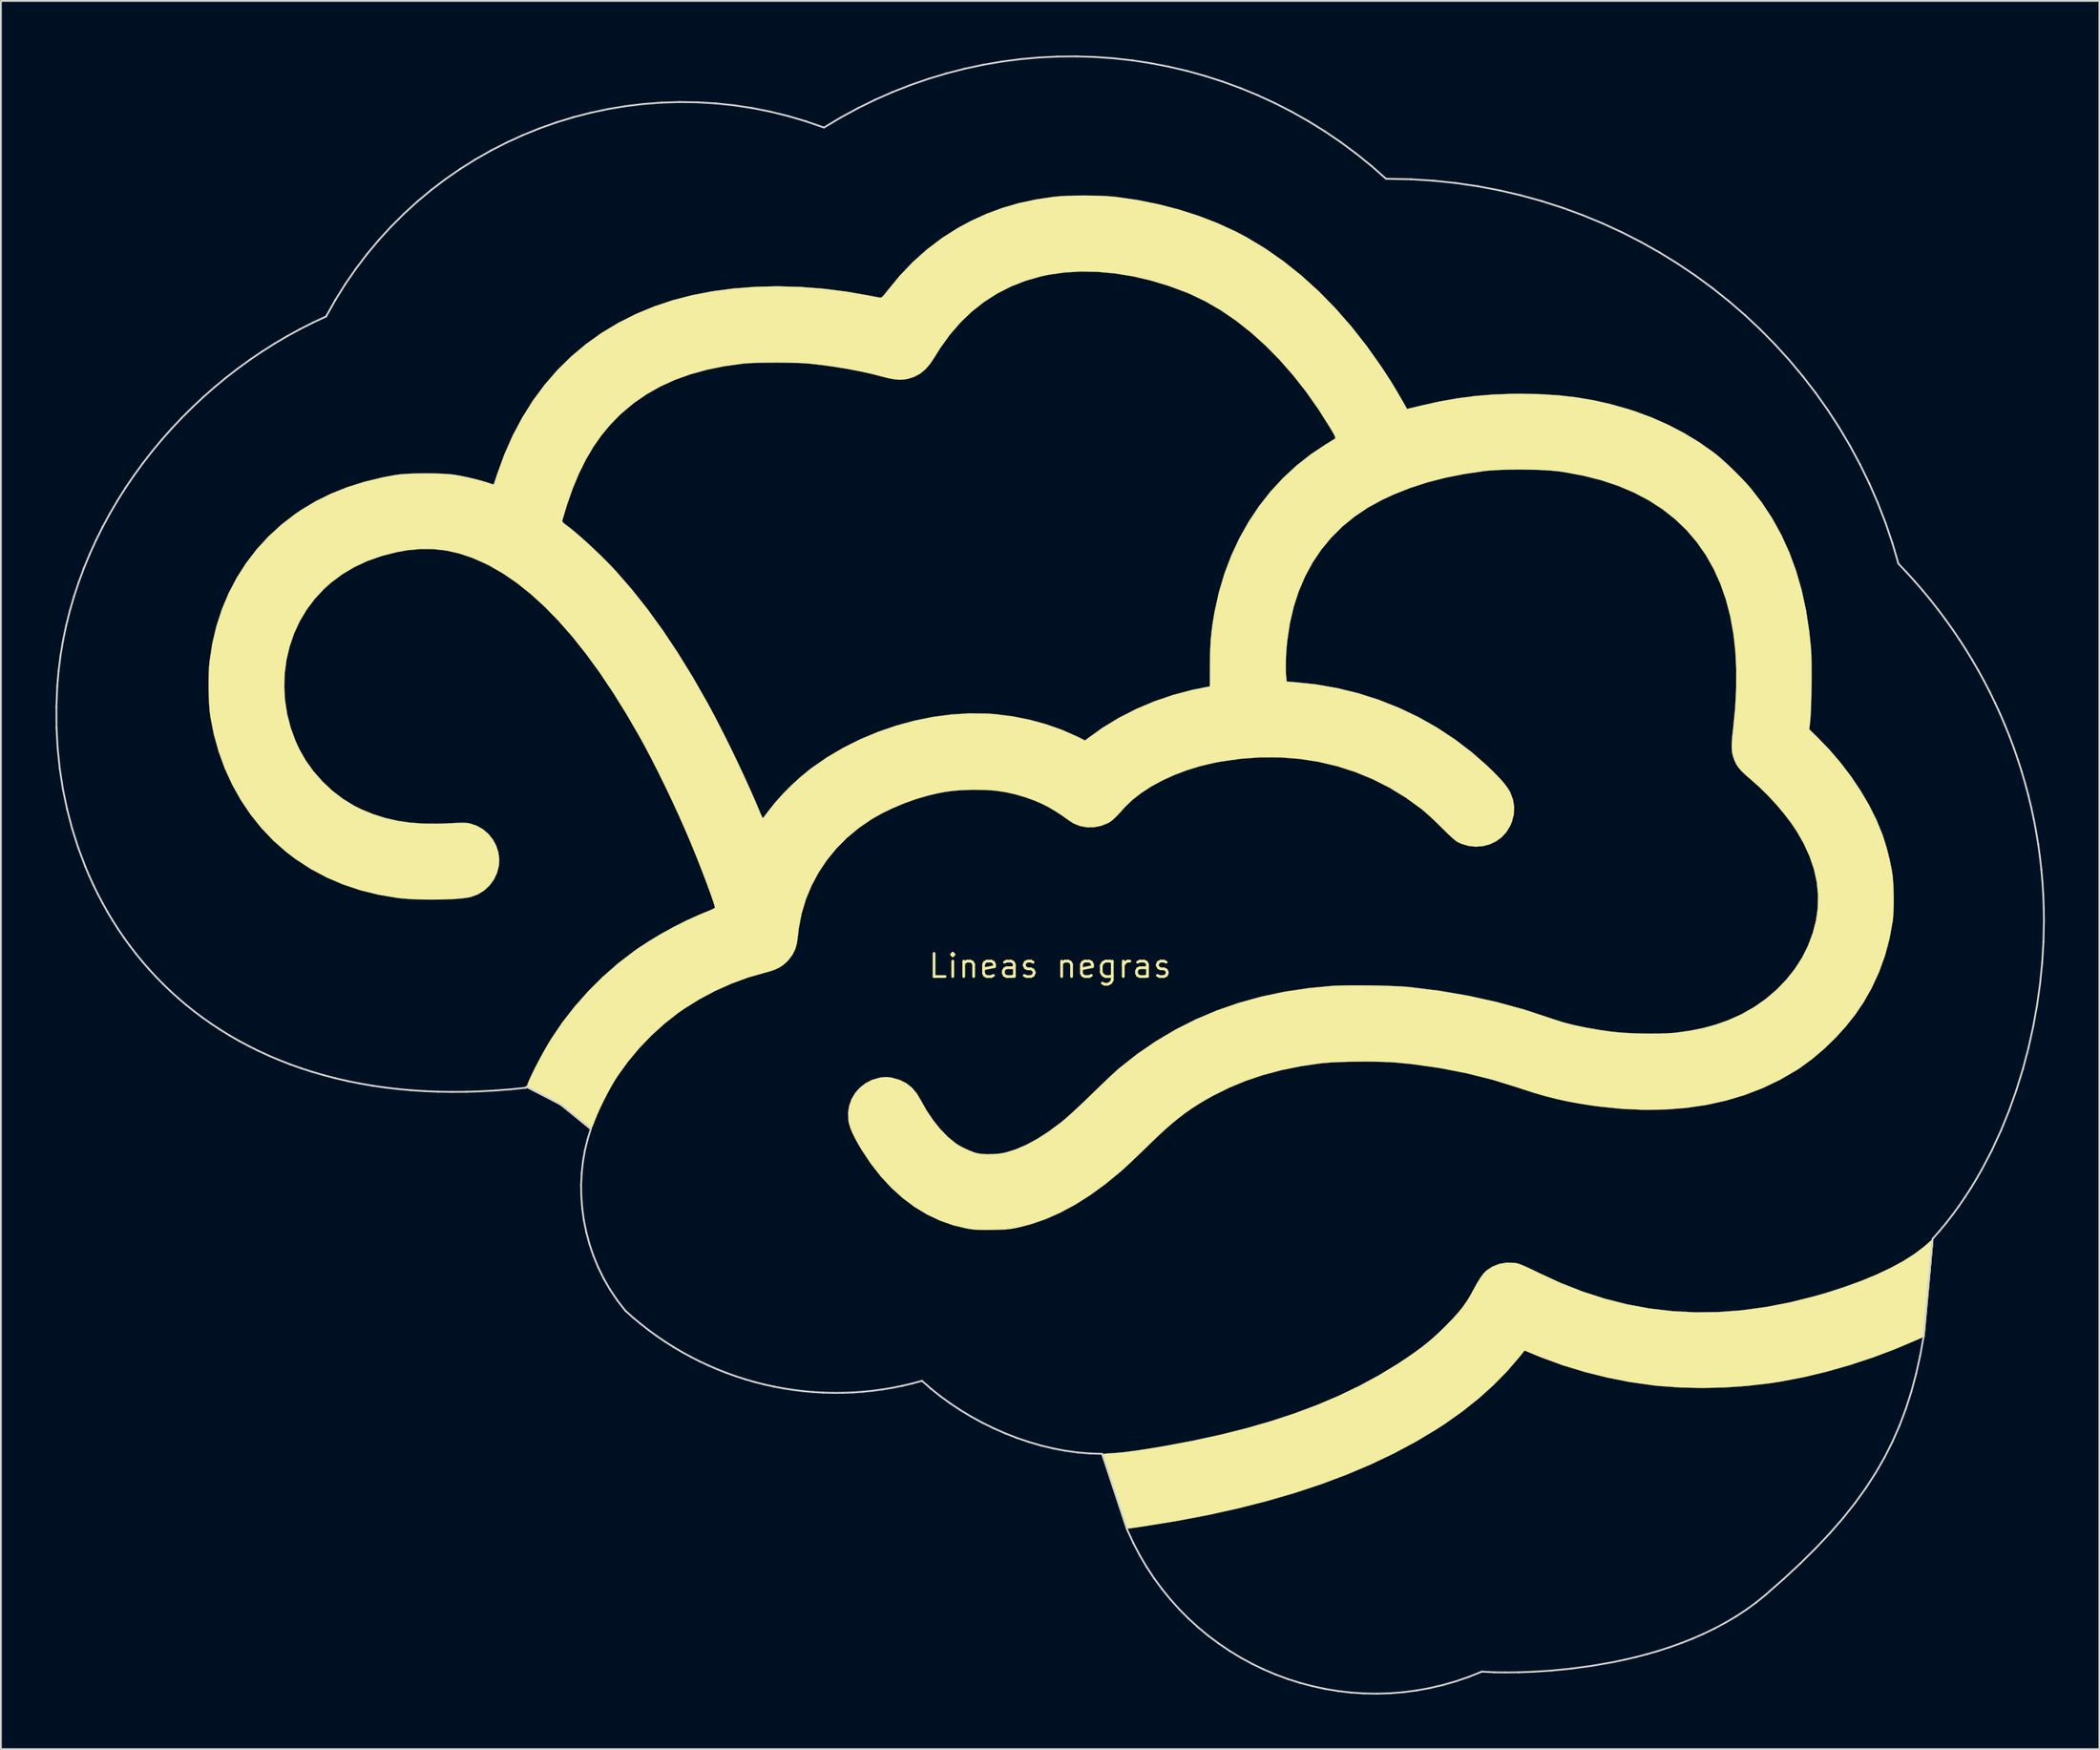
<source format=kicad_pcb>
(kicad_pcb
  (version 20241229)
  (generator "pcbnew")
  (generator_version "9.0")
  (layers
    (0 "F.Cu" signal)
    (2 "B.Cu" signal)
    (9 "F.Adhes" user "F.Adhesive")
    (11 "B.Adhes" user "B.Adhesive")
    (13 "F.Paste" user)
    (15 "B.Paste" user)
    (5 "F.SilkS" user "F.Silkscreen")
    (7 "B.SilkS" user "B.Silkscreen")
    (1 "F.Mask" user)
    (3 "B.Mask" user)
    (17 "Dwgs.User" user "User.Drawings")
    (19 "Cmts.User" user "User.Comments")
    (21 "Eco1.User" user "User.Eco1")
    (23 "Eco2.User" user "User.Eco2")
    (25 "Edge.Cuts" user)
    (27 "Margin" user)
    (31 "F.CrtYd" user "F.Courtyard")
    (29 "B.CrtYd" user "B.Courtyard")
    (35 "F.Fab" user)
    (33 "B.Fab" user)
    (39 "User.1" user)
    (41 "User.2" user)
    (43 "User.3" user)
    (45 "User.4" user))
  (footprint "Lineas negras"
    (layer "F.Cu")
    (at 54.678 50.049)
    (property "Reference" "Lineas negras" (at 0 0 0) (layer "F.SilkS") (effects (font (size 1.27 1.27) (thickness 0.15))))
    (attr through_hole)
    (fp_poly (pts (xy 48.545 15.003) (xy 48.544 15.047) (xy 48.536 15.167) (xy 48.521 15.358) (xy 48.5 15.612) (xy 48.473 15.921) (xy 48.442 16.28) (xy 48.407 16.679) (xy 48.368 17.113) (xy 48.326 17.574) (xy 48.315 17.69) (xy 48.07 20.361) (xy 47.604 20.571) (xy 46.414 21.075) (xy 45.186 21.535) (xy 43.936 21.946) (xy 42.678 22.303) (xy 41.429 22.602) (xy 40.203 22.839) (xy 39.529 22.942) (xy 38.322 23.081) (xy 37.098 23.166) (xy 35.876 23.195) (xy 34.673 23.17) (xy 33.509 23.089) (xy 33.126 23.048) (xy 31.875 22.871) (xy 30.621 22.624) (xy 29.38 22.314) (xy 28.169 21.944) (xy 27.005 21.519) (xy 26.679 21.386) (xy 26.082 21.137) (xy 25.777 21.519) (xy 25.112 22.291) (xy 24.37 23.045) (xy 23.557 23.775) (xy 22.678 24.476) (xy 21.74 25.143) (xy 21.252 25.461) (xy 20.104 26.149) (xy 18.896 26.795) (xy 17.627 27.4) (xy 16.295 27.963) (xy 14.898 28.487) (xy 13.435 28.971) (xy 11.904 29.416) (xy 10.304 29.822) (xy 8.633 30.191) (xy 6.89 30.521) (xy 5.072 30.814) (xy 4.339 30.919) (xy 4.211 30.937) (xy 3.543 28.899) (xy 3.413 28.501) (xy 3.291 28.129) (xy 3.18 27.788) (xy 3.083 27.488) (xy 3.002 27.235) (xy 2.938 27.037) (xy 2.896 26.903) (xy 2.877 26.839) (xy 2.877 26.835) (xy 2.917 26.824) (xy 3.026 26.81) (xy 3.189 26.796) (xy 3.388 26.783) (xy 3.427 26.781) (xy 3.751 26.757) (xy 4.13 26.718) (xy 4.569 26.662) (xy 5.074 26.588) (xy 5.651 26.496) (xy 6.244 26.396) (xy 7.83 26.1) (xy 9.34 25.772) (xy 10.778 25.412) (xy 12.146 25.018) (xy 13.449 24.589) (xy 14.69 24.124) (xy 15.872 23.621) (xy 16.998 23.08) (xy 18.072 22.498) (xy 19.098 21.876) (xy 19.579 21.558) (xy 20.014 21.257) (xy 20.394 20.979) (xy 20.738 20.709) (xy 21.065 20.43) (xy 21.395 20.127) (xy 21.748 19.783) (xy 21.76 19.77) (xy 22.113 19.407) (xy 22.41 19.08) (xy 22.661 18.772) (xy 22.878 18.47) (xy 23.073 18.158) (xy 23.245 17.843) (xy 23.462 17.447) (xy 23.659 17.13) (xy 23.836 16.892) (xy 23.99 16.737) (xy 24.329 16.518) (xy 24.702 16.374) (xy 25.101 16.307) (xy 25.518 16.319) (xy 25.659 16.341) (xy 25.781 16.377) (xy 25.97 16.451) (xy 26.218 16.56) (xy 26.52 16.701) (xy 26.86 16.867) (xy 28.065 17.423) (xy 29.275 17.897) (xy 30.492 18.289) (xy 31.717 18.599) (xy 32.953 18.828) (xy 34.201 18.974) (xy 35.463 19.039) (xy 36.741 19.023) (xy 38.037 18.926) (xy 39.351 18.747) (xy 40.687 18.487) (xy 42.046 18.146) (xy 42.672 17.965) (xy 43.668 17.645) (xy 44.59 17.31) (xy 45.436 16.96) (xy 46.205 16.597) (xy 46.896 16.222) (xy 47.506 15.834) (xy 48.035 15.435) (xy 48.3 15.202) (xy 48.412 15.101) (xy 48.498 15.03) (xy 48.543 15.002) (xy 48.545 15.003)) (stroke (width 0.01) (type solid)) (fill yes) (layer "F.SilkS"))
    (fp_poly (pts (xy 2.367 -42.346) (xy 2.832 -42.332) (xy 3.258 -42.308) (xy 3.619 -42.275) (xy 4.788 -42.107) (xy 5.941 -41.876) (xy 7.066 -41.585) (xy 8.156 -41.236) (xy 9.201 -40.834) (xy 10.19 -40.38) (xy 10.816 -40.05) (xy 11.845 -39.428) (xy 12.846 -38.727) (xy 13.82 -37.948) (xy 14.765 -37.091) (xy 15.679 -36.159) (xy 16.562 -35.151) (xy 17.413 -34.069) (xy 18.229 -32.915) (xy 18.739 -32.131) (xy 18.815 -32.007) (xy 18.917 -31.837) (xy 19.035 -31.637) (xy 19.162 -31.421) (xy 19.289 -31.204) (xy 19.406 -31.001) (xy 19.506 -30.826) (xy 19.579 -30.695) (xy 19.618 -30.621) (xy 19.618 -30.621) (xy 19.658 -30.629) (xy 19.768 -30.653) (xy 19.933 -30.692) (xy 20.142 -30.742) (xy 20.369 -30.797) (xy 21.385 -31.024) (xy 22.367 -31.2) (xy 23.339 -31.328) (xy 24.326 -31.41) (xy 25.352 -31.449) (xy 25.868 -31.454) (xy 26.946 -31.432) (xy 27.965 -31.367) (xy 28.94 -31.255) (xy 29.888 -31.094) (xy 30.823 -30.882) (xy 31.76 -30.617) (xy 32.173 -30.484) (xy 33.084 -30.146) (xy 33.979 -29.748) (xy 34.843 -29.298) (xy 35.66 -28.804) (xy 36.417 -28.273) (xy 36.661 -28.083) (xy 36.892 -27.888) (xy 37.161 -27.646) (xy 37.451 -27.372) (xy 37.746 -27.083) (xy 38.029 -26.795) (xy 38.282 -26.525) (xy 38.49 -26.289) (xy 38.491 -26.289) (xy 39.127 -25.471) (xy 39.696 -24.607) (xy 40.199 -23.696) (xy 40.636 -22.735) (xy 41.007 -21.725) (xy 41.314 -20.663) (xy 41.556 -19.549) (xy 41.734 -18.38) (xy 41.829 -17.429) (xy 41.842 -17.192) (xy 41.852 -16.888) (xy 41.858 -16.531) (xy 41.86 -16.136) (xy 41.859 -15.717) (xy 41.855 -15.29) (xy 41.847 -14.87) (xy 41.837 -14.47) (xy 41.824 -14.105) (xy 41.808 -13.791) (xy 41.79 -13.543) (xy 41.784 -13.479) (xy 41.733 -13.008) (xy 42.165 -12.59) (xy 42.832 -11.9) (xy 43.459 -11.169) (xy 44.038 -10.407) (xy 44.563 -9.624) (xy 45.028 -8.83) (xy 45.425 -8.034) (xy 45.748 -7.247) (xy 45.803 -7.091) (xy 45.981 -6.52) (xy 46.137 -5.911) (xy 46.261 -5.307) (xy 46.298 -5.08) (xy 46.329 -4.817) (xy 46.352 -4.493) (xy 46.367 -4.129) (xy 46.374 -3.747) (xy 46.372 -3.367) (xy 46.363 -3.01) (xy 46.344 -2.697) (xy 46.321 -2.477) (xy 46.145 -1.5) (xy 45.893 -0.561) (xy 45.566 0.343) (xy 45.16 1.217) (xy 44.718 1.998) (xy 44.267 2.663) (xy 43.747 3.32) (xy 43.17 3.956) (xy 42.55 4.556) (xy 41.903 5.105) (xy 41.242 5.59) (xy 41.042 5.721) (xy 40.137 6.25) (xy 39.188 6.705) (xy 38.198 7.088) (xy 37.165 7.398) (xy 36.093 7.636) (xy 34.98 7.8) (xy 33.829 7.89) (xy 32.639 7.907) (xy 31.412 7.851) (xy 30.148 7.721) (xy 29.845 7.68) (xy 29.127 7.569) (xy 28.466 7.448) (xy 27.837 7.311) (xy 27.216 7.153) (xy 26.576 6.966) (xy 25.892 6.745) (xy 25.739 6.693) (xy 24.334 6.258) (xy 22.89 5.896) (xy 21.413 5.608) (xy 19.909 5.396) (xy 19.05 5.311) (xy 18.698 5.287) (xy 18.288 5.27) (xy 17.835 5.26) (xy 17.356 5.255) (xy 16.867 5.258) (xy 16.384 5.266) (xy 15.923 5.28) (xy 15.499 5.299) (xy 15.13 5.325) (xy 14.859 5.352) (xy 13.745 5.516) (xy 12.693 5.731) (xy 11.695 5.998) (xy 10.743 6.319) (xy 9.829 6.698) (xy 8.946 7.138) (xy 8.568 7.348) (xy 8.159 7.593) (xy 7.774 7.841) (xy 7.402 8.103) (xy 7.031 8.387) (xy 6.65 8.702) (xy 6.248 9.057) (xy 5.814 9.462) (xy 5.398 9.864) (xy 5.127 10.127) (xy 4.854 10.39) (xy 4.59 10.641) (xy 4.347 10.871) (xy 4.135 11.068) (xy 3.967 11.221) (xy 3.894 11.286) (xy 3.052 11.978) (xy 2.218 12.586) (xy 1.39 13.112) (xy 0.567 13.556) (xy -0.252 13.918) (xy -1.068 14.199) (xy -1.766 14.377) (xy -1.967 14.418) (xy -2.147 14.448) (xy -2.324 14.47) (xy -2.518 14.485) (xy -2.749 14.495) (xy -3.036 14.502) (xy -3.196 14.505) (xy -3.521 14.508) (xy -3.781 14.507) (xy -3.993 14.501) (xy -4.177 14.487) (xy -4.351 14.467) (xy -4.534 14.437) (xy -4.572 14.431) (xy -5.329 14.252) (xy -6.064 13.993) (xy -6.774 13.656) (xy -7.457 13.242) (xy -8.109 12.753) (xy -8.73 12.192) (xy -9.315 11.56) (xy -9.863 10.859) (xy -10.372 10.091) (xy -10.537 9.812) (xy -10.739 9.444) (xy -10.891 9.128) (xy -10.999 8.853) (xy -11.068 8.604) (xy -11.089 8.48) (xy -11.107 8.072) (xy -11.046 7.681) (xy -10.914 7.315) (xy -10.717 6.982) (xy -10.46 6.69) (xy -10.151 6.449) (xy -9.796 6.265) (xy -9.4 6.148) (xy -9.313 6.133) (xy -9.12 6.109) (xy -8.959 6.107) (xy -8.785 6.128) (xy -8.659 6.152) (xy -8.255 6.269) (xy -7.903 6.447) (xy -7.598 6.689) (xy -7.333 7.002) (xy -7.112 7.371) (xy -6.782 7.955) (xy -6.418 8.493) (xy -6.029 8.976) (xy -5.621 9.394) (xy -5.202 9.738) (xy -5.135 9.785) (xy -4.946 9.899) (xy -4.71 10.021) (xy -4.456 10.137) (xy -4.214 10.232) (xy -4.022 10.292) (xy -3.791 10.33) (xy -3.505 10.348) (xy -3.192 10.345) (xy -2.877 10.324) (xy -2.589 10.284) (xy -2.455 10.256) (xy -1.893 10.081) (xy -1.313 9.833) (xy -0.713 9.508) (xy -0.091 9.107) (xy 0.556 8.628) (xy 0.677 8.531) (xy 0.836 8.398) (xy 1.044 8.215) (xy 1.287 7.994) (xy 1.556 7.745) (xy 1.839 7.479) (xy 2.123 7.206) (xy 2.307 7.027) (xy 2.578 6.763) (xy 2.847 6.503) (xy 3.105 6.258) (xy 3.339 6.036) (xy 3.542 5.848) (xy 3.702 5.702) (xy 3.789 5.627) (xy 4.781 4.844) (xy 5.813 4.135) (xy 6.886 3.5) (xy 8.001 2.938) (xy 9.157 2.448) (xy 10.357 2.032) (xy 11.598 1.688) (xy 12.884 1.416) (xy 14.213 1.217) (xy 15.472 1.098) (xy 15.772 1.082) (xy 16.14 1.072) (xy 16.56 1.066) (xy 17.015 1.066) (xy 17.49 1.069) (xy 17.97 1.077) (xy 18.438 1.089) (xy 18.877 1.105) (xy 19.274 1.124) (xy 19.61 1.147) (xy 19.77 1.161) (xy 21.4 1.363) (xy 22.999 1.638) (xy 24.56 1.984) (xy 26.08 2.4) (xy 27.555 2.886) (xy 27.644 2.918) (xy 28.166 3.086) (xy 28.77 3.242) (xy 29.455 3.387) (xy 30.22 3.519) (xy 30.797 3.603) (xy 31.157 3.643) (xy 31.575 3.676) (xy 32.032 3.699) (xy 32.509 3.714) (xy 32.988 3.72) (xy 33.449 3.717) (xy 33.874 3.704) (xy 34.244 3.681) (xy 34.417 3.664) (xy 35.213 3.551) (xy 35.948 3.401) (xy 36.636 3.209) (xy 37.295 2.971) (xy 37.94 2.683) (xy 38.04 2.633) (xy 38.712 2.252) (xy 39.345 1.808) (xy 39.93 1.308) (xy 40.461 0.76) (xy 40.931 0.17) (xy 41.333 -0.454) (xy 41.659 -1.101) (xy 41.923 -1.807) (xy 42.105 -2.51) (xy 42.202 -3.211) (xy 42.215 -3.911) (xy 42.145 -4.612) (xy 41.99 -5.314) (xy 41.751 -6.019) (xy 41.428 -6.727) (xy 41.055 -7.383) (xy 40.729 -7.869) (xy 40.342 -8.375) (xy 39.909 -8.887) (xy 39.444 -9.387) (xy 38.963 -9.858) (xy 38.497 -10.27) (xy 38.226 -10.504) (xy 38.015 -10.706) (xy 37.853 -10.891) (xy 37.729 -11.074) (xy 37.633 -11.269) (xy 37.553 -11.49) (xy 37.533 -11.554) (xy 37.495 -11.716) (xy 37.474 -11.901) (xy 37.469 -12.121) (xy 37.481 -12.389) (xy 37.51 -12.716) (xy 37.548 -13.051) (xy 37.659 -14.179) (xy 37.716 -15.274) (xy 37.719 -16.327) (xy 37.667 -17.33) (xy 37.568 -18.224) (xy 37.392 -19.208) (xy 37.151 -20.137) (xy 36.844 -21.013) (xy 36.474 -21.833) (xy 36.039 -22.599) (xy 35.541 -23.309) (xy 34.98 -23.964) (xy 34.355 -24.562) (xy 33.669 -25.104) (xy 32.92 -25.589) (xy 32.111 -26.016) (xy 31.24 -26.386) (xy 30.308 -26.698) (xy 29.316 -26.951) (xy 28.264 -27.145) (xy 27.972 -27.187) (xy 27.639 -27.223) (xy 27.24 -27.251) (xy 26.791 -27.272) (xy 26.311 -27.284) (xy 25.816 -27.289) (xy 25.325 -27.285) (xy 24.855 -27.273) (xy 24.424 -27.253) (xy 24.048 -27.225) (xy 23.876 -27.207) (xy 22.768 -27.044) (xy 21.725 -26.837) (xy 20.739 -26.583) (xy 19.802 -26.28) (xy 18.906 -25.926) (xy 18.26 -25.627) (xy 17.465 -25.192) (xy 16.732 -24.699) (xy 16.061 -24.15) (xy 15.453 -23.545) (xy 14.909 -22.887) (xy 14.43 -22.176) (xy 14.017 -21.413) (xy 13.67 -20.601) (xy 13.39 -19.739) (xy 13.179 -18.829) (xy 13.036 -17.873) (xy 12.997 -17.467) (xy 12.973 -17.097) (xy 12.959 -16.732) (xy 12.956 -16.389) (xy 12.962 -16.091) (xy 12.98 -15.856) (xy 12.981 -15.849) (xy 13.007 -15.632) (xy 13.414 -15.604) (xy 14.609 -15.479) (xy 15.786 -15.274) (xy 16.942 -14.991) (xy 18.073 -14.63) (xy 19.174 -14.194) (xy 20.241 -13.686) (xy 21.269 -13.106) (xy 22.254 -12.456) (xy 23.192 -11.739) (xy 24.002 -11.029) (xy 24.386 -10.659) (xy 24.703 -10.332) (xy 24.956 -10.045) (xy 25.147 -9.793) (xy 25.281 -9.573) (xy 25.296 -9.543) (xy 25.445 -9.146) (xy 25.509 -8.742) (xy 25.49 -8.336) (xy 25.386 -7.93) (xy 25.291 -7.704) (xy 25.082 -7.36) (xy 24.818 -7.074) (xy 24.507 -6.848) (xy 24.161 -6.684) (xy 23.787 -6.587) (xy 23.397 -6.558) (xy 23 -6.601) (xy 22.605 -6.719) (xy 22.42 -6.803) (xy 22.296 -6.885) (xy 22.119 -7.032) (xy 21.889 -7.244) (xy 21.607 -7.521) (xy 21.531 -7.597) (xy 21.303 -7.823) (xy 21.062 -8.053) (xy 20.825 -8.272) (xy 20.61 -8.464) (xy 20.433 -8.613) (xy 20.405 -8.635) (xy 19.547 -9.257) (xy 18.652 -9.803) (xy 17.723 -10.273) (xy 16.762 -10.667) (xy 15.772 -10.984) (xy 14.755 -11.223) (xy 13.715 -11.384) (xy 12.654 -11.466) (xy 11.574 -11.469) (xy 10.479 -11.391) (xy 9.371 -11.233) (xy 8.965 -11.155) (xy 8.228 -10.979) (xy 7.511 -10.758) (xy 6.822 -10.496) (xy 6.171 -10.199) (xy 5.565 -9.869) (xy 5.015 -9.513) (xy 4.53 -9.135) (xy 4.117 -8.738) (xy 4.057 -8.671) (xy 3.831 -8.42) (xy 3.646 -8.225) (xy 3.493 -8.078) (xy 3.359 -7.968) (xy 3.236 -7.886) (xy 3.166 -7.848) (xy 2.797 -7.703) (xy 2.413 -7.628) (xy 2.028 -7.624) (xy 1.656 -7.69) (xy 1.311 -7.825) (xy 1.099 -7.956) (xy 0.66 -8.266) (xy 0.262 -8.526) (xy -0.111 -8.743) (xy -0.479 -8.929) (xy -0.857 -9.091) (xy -1.265 -9.24) (xy -1.335 -9.264) (xy -1.894 -9.431) (xy -2.442 -9.554) (xy -2.998 -9.636) (xy -3.585 -9.679) (xy -4.224 -9.687) (xy -4.421 -9.683) (xy -4.91 -9.662) (xy -5.346 -9.627) (xy -5.761 -9.571) (xy -6.183 -9.491) (xy -6.645 -9.383) (xy -6.748 -9.357) (xy -7.368 -9.175) (xy -8.005 -8.947) (xy -8.634 -8.684) (xy -9.23 -8.397) (xy -9.769 -8.095) (xy -9.815 -8.066) (xy -10.522 -7.582) (xy -11.169 -7.042) (xy -11.755 -6.451) (xy -12.276 -5.814) (xy -12.73 -5.134) (xy -13.113 -4.417) (xy -13.424 -3.667) (xy -13.659 -2.887) (xy -13.815 -2.083) (xy -13.867 -1.63) (xy -13.921 -1.24) (xy -14.017 -0.91) (xy -14.162 -0.619) (xy -14.366 -0.349) (xy -14.475 -0.232) (xy -14.665 -0.061) (xy -14.874 0.078) (xy -15.117 0.195) (xy -15.413 0.297) (xy -15.714 0.378) (xy -16.613 0.636) (xy -17.516 0.969) (xy -18.409 1.368) (xy -19.273 1.826) (xy -20.093 2.335) (xy -20.447 2.581) (xy -21.195 3.167) (xy -21.912 3.817) (xy -22.586 4.518) (xy -23.205 5.258) (xy -23.757 6.023) (xy -23.917 6.272) (xy -24.116 6.606) (xy -24.326 6.99) (xy -24.536 7.399) (xy -24.734 7.809) (xy -24.906 8.195) (xy -25.02 8.477) (xy -25.094 8.665) (xy -25.157 8.821) (xy -25.205 8.929) (xy -25.23 8.974) (xy -25.231 8.975) (xy -25.269 8.949) (xy -25.363 8.877) (xy -25.505 8.766) (xy -25.686 8.623) (xy -25.897 8.454) (xy -26.104 8.287) (xy -26.367 8.075) (xy -26.58 7.906) (xy -26.759 7.77) (xy -26.921 7.656) (xy -27.081 7.554) (xy -27.255 7.454) (xy -27.46 7.344) (xy -27.71 7.214) (xy -27.87 7.133) (xy -28.158 6.985) (xy -28.379 6.87) (xy -28.541 6.782) (xy -28.651 6.715) (xy -28.719 6.665) (xy -28.753 6.627) (xy -28.761 6.595) (xy -28.758 6.583) (xy -28.695 6.412) (xy -28.596 6.181) (xy -28.465 5.904) (xy -28.312 5.593) (xy -28.141 5.263) (xy -27.96 4.925) (xy -27.776 4.592) (xy -27.594 4.279) (xy -27.438 4.022) (xy -26.829 3.117) (xy -26.145 2.239) (xy -25.399 1.396) (xy -24.599 0.599) (xy -23.757 -0.14) (xy -22.88 -0.812) (xy -22.675 -0.957) (xy -22.046 -1.369) (xy -21.373 -1.773) (xy -20.677 -2.156) (xy -19.981 -2.505) (xy -19.308 -2.81) (xy -18.971 -2.948) (xy -18.775 -3.027) (xy -18.61 -3.1) (xy -18.491 -3.158) (xy -18.432 -3.196) (xy -18.429 -3.2) (xy -18.436 -3.26) (xy -18.472 -3.39) (xy -18.533 -3.583) (xy -18.618 -3.829) (xy -18.722 -4.121) (xy -18.843 -4.45) (xy -18.978 -4.808) (xy -19.123 -5.188) (xy -19.276 -5.581) (xy -19.434 -5.978) (xy -19.593 -6.372) (xy -19.749 -6.752) (xy -20.071 -7.507) (xy -20.421 -8.294) (xy -20.79 -9.096) (xy -21.172 -9.897) (xy -21.557 -10.68) (xy -21.938 -11.428) (xy -22.306 -12.124) (xy -22.552 -12.573) (xy -23.289 -13.845) (xy -24.029 -15.034) (xy -24.773 -16.142) (xy -25.521 -17.167) (xy -26.271 -18.109) (xy -27.025 -18.968) (xy -27.781 -19.743) (xy -28.54 -20.435) (xy -29.301 -21.044) (xy -30.064 -21.568) (xy -30.829 -22.008) (xy -31.052 -22.12) (xy -31.777 -22.438) (xy -32.487 -22.676) (xy -33.191 -22.835) (xy -33.896 -22.916) (xy -34.612 -22.921) (xy -35.348 -22.851) (xy -35.907 -22.751) (xy -36.74 -22.539) (xy -37.516 -22.267) (xy -38.237 -21.933) (xy -38.905 -21.536) (xy -39.524 -21.074) (xy -39.915 -20.725) (xy -40.427 -20.177) (xy -40.873 -19.582) (xy -41.252 -18.945) (xy -41.562 -18.273) (xy -41.803 -17.571) (xy -41.975 -16.847) (xy -42.075 -16.105) (xy -42.103 -15.353) (xy -42.058 -14.596) (xy -41.94 -13.841) (xy -41.746 -13.093) (xy -41.477 -12.359) (xy -41.273 -11.917) (xy -40.916 -11.291) (xy -40.489 -10.697) (xy -40.002 -10.143) (xy -39.464 -9.638) (xy -38.884 -9.193) (xy -38.272 -8.815) (xy -37.84 -8.601) (xy -37.197 -8.34) (xy -36.546 -8.134) (xy -35.877 -7.98) (xy -35.179 -7.878) (xy -34.438 -7.825) (xy -33.645 -7.819) (xy -33.1 -7.839) (xy -32.764 -7.856) (xy -32.499 -7.866) (xy -32.294 -7.869) (xy -32.136 -7.866) (xy -32.013 -7.855) (xy -31.912 -7.838) (xy -31.905 -7.837) (xy -31.524 -7.71) (xy -31.181 -7.516) (xy -30.883 -7.263) (xy -30.638 -6.961) (xy -30.452 -6.621) (xy -30.331 -6.251) (xy -30.282 -5.862) (xy -30.304 -5.511) (xy -30.406 -5.111) (xy -30.58 -4.744) (xy -30.819 -4.42) (xy -31.115 -4.148) (xy -31.459 -3.936) (xy -31.845 -3.794) (xy -31.845 -3.794) (xy -32.064 -3.75) (xy -32.354 -3.715) (xy -32.703 -3.686) (xy -33.095 -3.666) (xy -33.518 -3.653) (xy -33.958 -3.649) (xy -34.403 -3.652) (xy -34.838 -3.664) (xy -35.25 -3.685) (xy -35.627 -3.714) (xy -35.888 -3.743) (xy -36.928 -3.918) (xy -37.925 -4.165) (xy -38.878 -4.484) (xy -39.787 -4.875) (xy -40.651 -5.337) (xy -41.47 -5.87) (xy -41.992 -6.267) (xy -42.703 -6.893) (xy -43.358 -7.582) (xy -43.955 -8.326) (xy -44.491 -9.123) (xy -44.964 -9.967) (xy -45.37 -10.854) (xy -45.708 -11.78) (xy -45.975 -12.739) (xy -46.166 -13.716) (xy -46.202 -14.012) (xy -46.23 -14.373) (xy -46.249 -14.776) (xy -46.26 -15.203) (xy -46.262 -15.633) (xy -46.254 -16.045) (xy -46.237 -16.419) (xy -46.211 -16.717) (xy -46.06 -17.714) (xy -45.832 -18.677) (xy -45.531 -19.605) (xy -45.158 -20.494) (xy -44.714 -21.341) (xy -44.201 -22.143) (xy -43.622 -22.898) (xy -42.977 -23.602) (xy -42.269 -24.252) (xy -41.989 -24.469) (xy -26.823 -24.469) (xy -26.8 -24.405) (xy -26.713 -24.319) (xy -26.66 -24.279) (xy -26.418 -24.098) (xy -26.13 -23.864) (xy -25.808 -23.588) (xy -25.463 -23.279) (xy -25.107 -22.948) (xy -24.749 -22.606) (xy -24.403 -22.263) (xy -24.078 -21.929) (xy -23.859 -21.694) (xy -22.992 -20.698) (xy -22.138 -19.622) (xy -21.298 -18.464) (xy -20.471 -17.224) (xy -19.656 -15.901) (xy -18.853 -14.496) (xy -18.774 -14.351) (xy -18.46 -13.766) (xy -18.13 -13.129) (xy -17.791 -12.456) (xy -17.45 -11.763) (xy -17.115 -11.065) (xy -16.794 -10.377) (xy -16.493 -9.715) (xy -16.22 -9.095) (xy -15.983 -8.532) (xy -15.978 -8.52) (xy -15.909 -8.355) (xy -15.849 -8.225) (xy -15.808 -8.147) (xy -15.794 -8.131) (xy -15.76 -8.164) (xy -15.688 -8.252) (xy -15.589 -8.382) (xy -15.484 -8.523) (xy -15.116 -8.986) (xy -14.688 -9.464) (xy -14.217 -9.938) (xy -13.721 -10.39) (xy -13.219 -10.802) (xy -13.099 -10.893) (xy -12.261 -11.473) (xy -11.371 -11.996) (xy -10.438 -12.462) (xy -9.471 -12.866) (xy -8.479 -13.207) (xy -7.469 -13.482) (xy -6.451 -13.688) (xy -5.433 -13.823) (xy -4.423 -13.886) (xy -3.43 -13.872) (xy -3.006 -13.841) (xy -2.062 -13.722) (xy -1.127 -13.535) (xy -0.214 -13.286) (xy 0.662 -12.977) (xy 1.486 -12.613) (xy 1.569 -12.572) (xy 1.917 -12.396) (xy 2.028 -12.482) (xy 2.878 -13.093) (xy 3.784 -13.643) (xy 4.739 -14.129) (xy 5.737 -14.55) (xy 6.772 -14.902) (xy 7.836 -15.182) (xy 8.636 -15.341) (xy 8.784 -15.367) (xy 8.787 -16.521) (xy 8.792 -17.05) (xy 8.806 -17.518) (xy 8.832 -17.947) (xy 8.872 -18.359) (xy 8.926 -18.777) (xy 8.998 -19.224) (xy 9.042 -19.473) (xy 9.277 -20.539) (xy 9.583 -21.569) (xy 9.959 -22.56) (xy 10.402 -23.51) (xy 10.91 -24.414) (xy 11.48 -25.269) (xy 12.111 -26.073) (xy 12.8 -26.82) (xy 13.545 -27.509) (xy 14.344 -28.136) (xy 15.132 -28.66) (xy 15.311 -28.769) (xy 15.469 -28.867) (xy 15.588 -28.941) (xy 15.652 -28.982) (xy 15.653 -28.983) (xy 15.676 -29.009) (xy 15.678 -29.05) (xy 15.655 -29.12) (xy 15.6 -29.228) (xy 15.509 -29.387) (xy 15.41 -29.554) (xy 14.76 -30.585) (xy 14.074 -31.56) (xy 13.355 -32.474) (xy 12.608 -33.325) (xy 11.835 -34.109) (xy 11.039 -34.825) (xy 10.223 -35.469) (xy 9.391 -36.038) (xy 8.545 -36.53) (xy 7.689 -36.94) (xy 7.513 -37.014) (xy 6.531 -37.379) (xy 5.546 -37.677) (xy 4.565 -37.906) (xy 3.593 -38.066) (xy 2.636 -38.155) (xy 1.701 -38.174) (xy 0.794 -38.122) (xy -0.08 -37.997) (xy -0.508 -37.906) (xy -1.353 -37.664) (xy -2.157 -37.348) (xy -2.918 -36.959) (xy -3.636 -36.499) (xy -4.309 -35.967) (xy -4.936 -35.364) (xy -5.518 -34.691) (xy -6.052 -33.949) (xy -6.353 -33.465) (xy -6.605 -33.084) (xy -6.873 -32.781) (xy -7.163 -32.548) (xy -7.486 -32.38) (xy -7.815 -32.276) (xy -8.056 -32.235) (xy -8.305 -32.226) (xy -8.581 -32.252) (xy -8.9 -32.313) (xy -9.25 -32.403) (xy -9.827 -32.551) (xy -10.469 -32.692) (xy -11.156 -32.823) (xy -11.869 -32.939) (xy -12.588 -33.038) (xy -13.25 -33.112) (xy -13.504 -33.131) (xy -13.822 -33.146) (xy -14.188 -33.157) (xy -14.587 -33.164) (xy -15.003 -33.167) (xy -15.42 -33.166) (xy -15.822 -33.161) (xy -16.194 -33.152) (xy -16.519 -33.138) (xy -16.782 -33.121) (xy -16.87 -33.112) (xy -17.905 -32.969) (xy -18.877 -32.772) (xy -19.787 -32.52) (xy -20.64 -32.213) (xy -21.439 -31.848) (xy -22.186 -31.425) (xy -22.884 -30.943) (xy -23.536 -30.399) (xy -23.656 -30.288) (xy -24.182 -29.75) (xy -24.667 -29.166) (xy -25.112 -28.529) (xy -25.52 -27.836) (xy -25.895 -27.08) (xy -26.239 -26.258) (xy -26.554 -25.364) (xy -26.823 -24.469) (xy -41.989 -24.469) (xy -41.5 -24.846) (xy -41.169 -25.071) (xy -40.38 -25.544) (xy -39.543 -25.957) (xy -38.655 -26.313) (xy -37.712 -26.611) (xy -36.709 -26.855) (xy -35.962 -26.995) (xy -35.711 -27.026) (xy -35.394 -27.05) (xy -35.027 -27.067) (xy -34.63 -27.076) (xy -34.22 -27.078) (xy -33.815 -27.072) (xy -33.432 -27.059) (xy -33.09 -27.038) (xy -32.806 -27.01) (xy -32.703 -26.995) (xy -32.355 -26.932) (xy -31.982 -26.853) (xy -31.609 -26.765) (xy -31.261 -26.673) (xy -30.966 -26.585) (xy -30.906 -26.565) (xy -30.758 -26.516) (xy -30.646 -26.482) (xy -30.59 -26.469) (xy -30.586 -26.469) (xy -30.572 -26.511) (xy -30.536 -26.618) (xy -30.483 -26.776) (xy -30.419 -26.97) (xy -30.4 -27.03) (xy -30 -28.128) (xy -29.538 -29.169) (xy -29.015 -30.153) (xy -28.433 -31.079) (xy -27.791 -31.946) (xy -27.092 -32.752) (xy -26.336 -33.497) (xy -25.523 -34.18) (xy -24.655 -34.8) (xy -23.733 -35.355) (xy -22.757 -35.846) (xy -21.748 -36.263) (xy -20.734 -36.599) (xy -19.666 -36.875) (xy -18.552 -37.089) (xy -17.396 -37.241) (xy -16.205 -37.332) (xy -14.985 -37.361) (xy -13.741 -37.327) (xy -12.481 -37.23) (xy -11.209 -37.07) (xy -10.054 -36.871) (xy -9.826 -36.827) (xy -9.623 -36.788) (xy -9.46 -36.758) (xy -9.356 -36.739) (xy -9.332 -36.736) (xy -9.278 -36.748) (xy -9.205 -36.805) (xy -9.105 -36.915) (xy -8.969 -37.086) (xy -8.955 -37.105) (xy -8.272 -37.938) (xy -7.544 -38.7) (xy -6.77 -39.39) (xy -5.949 -40.012) (xy -5.079 -40.564) (xy -4.36 -40.952) (xy -3.497 -41.346) (xy -2.617 -41.673) (xy -1.708 -41.936) (xy -0.757 -42.139) (xy 0.169 -42.276) (xy 0.523 -42.309) (xy 0.94 -42.333) (xy 1.4 -42.347) (xy 1.883 -42.351) (xy 2.367 -42.346)) (stroke (width 0.01) (type solid)) (fill yes) (layer "F.SilkS"))
    (fp_line (start -54.628 -14.231) (end -54.58 -15.373) (stroke (width 0.1) (type solid)) (layer "Edge.Cuts"))
    (fp_line (start -54.621 -13.093) (end -54.628 -14.231) (stroke (width 0.1) (type solid)) (layer "Edge.Cuts"))
    (fp_line (start -54.58 -15.373) (end -54.508 -16.216) (stroke (width 0.1) (type solid)) (layer "Edge.Cuts"))
    (fp_line (start -54.559 -11.962) (end -54.621 -13.093) (stroke (width 0.1) (type solid)) (layer "Edge.Cuts"))
    (fp_line (start -54.508 -16.216) (end -54.402 -17.052) (stroke (width 0.1) (type solid)) (layer "Edge.Cuts"))
    (fp_line (start -54.442 -10.84) (end -54.559 -11.962) (stroke (width 0.1) (type solid)) (layer "Edge.Cuts"))
    (fp_line (start -54.402 -17.052) (end -54.264 -17.879) (stroke (width 0.1) (type solid)) (layer "Edge.Cuts"))
    (fp_line (start -54.271 -9.73) (end -54.442 -10.84) (stroke (width 0.1) (type solid)) (layer "Edge.Cuts"))
    (fp_line (start -54.264 -17.879) (end -54.094 -18.698) (stroke (width 0.1) (type solid)) (layer "Edge.Cuts"))
    (fp_line (start -54.094 -18.698) (end -53.893 -19.507) (stroke (width 0.1) (type solid)) (layer "Edge.Cuts"))
    (fp_line (start -54.044 -8.634) (end -54.271 -9.73) (stroke (width 0.1) (type solid)) (layer "Edge.Cuts"))
    (fp_line (start -53.893 -19.507) (end -53.662 -20.306) (stroke (width 0.1) (type solid)) (layer "Edge.Cuts"))
    (fp_line (start -53.763 -7.554) (end -54.044 -8.634) (stroke (width 0.1) (type solid)) (layer "Edge.Cuts"))
    (fp_line (start -53.662 -20.306) (end -53.402 -21.095) (stroke (width 0.1) (type solid)) (layer "Edge.Cuts"))
    (fp_line (start -53.427 -6.494) (end -53.763 -7.554) (stroke (width 0.1) (type solid)) (layer "Edge.Cuts"))
    (fp_line (start -53.402 -21.095) (end -53.113 -21.873) (stroke (width 0.1) (type solid)) (layer "Edge.Cuts"))
    (fp_line (start -53.113 -21.873) (end -52.797 -22.64) (stroke (width 0.1) (type solid)) (layer "Edge.Cuts"))
    (fp_line (start -53.036 -5.456) (end -53.427 -6.494) (stroke (width 0.1) (type solid)) (layer "Edge.Cuts"))
    (fp_line (start -52.82 -4.945) (end -53.036 -5.456) (stroke (width 0.1) (type solid)) (layer "Edge.Cuts"))
    (fp_line (start -52.797 -22.64) (end -52.454 -23.394) (stroke (width 0.1) (type solid)) (layer "Edge.Cuts"))
    (fp_line (start -52.59 -4.441) (end -52.82 -4.945) (stroke (width 0.1) (type solid)) (layer "Edge.Cuts"))
    (fp_line (start -52.454 -23.394) (end -52.085 -24.135) (stroke (width 0.1) (type solid)) (layer "Edge.Cuts"))
    (fp_line (start -52.347 -3.944) (end -52.59 -4.441) (stroke (width 0.1) (type solid)) (layer "Edge.Cuts"))
    (fp_line (start -52.089 -3.454) (end -52.347 -3.944) (stroke (width 0.1) (type solid)) (layer "Edge.Cuts"))
    (fp_line (start -52.085 -24.135) (end -51.691 -24.863) (stroke (width 0.1) (type solid)) (layer "Edge.Cuts"))
    (fp_line (start -51.818 -2.97) (end -52.089 -3.454) (stroke (width 0.1) (type solid)) (layer "Edge.Cuts"))
    (fp_line (start -51.691 -24.863) (end -51.273 -25.577) (stroke (width 0.1) (type solid)) (layer "Edge.Cuts"))
    (fp_line (start -51.534 -2.495) (end -51.818 -2.97) (stroke (width 0.1) (type solid)) (layer "Edge.Cuts"))
    (fp_line (start -51.273 -25.577) (end -50.831 -26.277) (stroke (width 0.1) (type solid)) (layer "Edge.Cuts"))
    (fp_line (start -51.235 -2.028) (end -51.534 -2.495) (stroke (width 0.1) (type solid)) (layer "Edge.Cuts"))
    (fp_line (start -50.923 -1.568) (end -51.235 -2.028) (stroke (width 0.1) (type solid)) (layer "Edge.Cuts"))
    (fp_line (start -50.831 -26.277) (end -50.366 -26.961) (stroke (width 0.1) (type solid)) (layer "Edge.Cuts"))
    (fp_line (start -50.597 -1.118) (end -50.923 -1.568) (stroke (width 0.1) (type solid)) (layer "Edge.Cuts"))
    (fp_line (start -50.366 -26.961) (end -49.88 -27.629) (stroke (width 0.1) (type solid)) (layer "Edge.Cuts"))
    (fp_line (start -50.257 -0.676) (end -50.597 -1.118) (stroke (width 0.1) (type solid)) (layer "Edge.Cuts"))
    (fp_line (start -49.903 -0.243) (end -50.257 -0.676) (stroke (width 0.1) (type solid)) (layer "Edge.Cuts"))
    (fp_line (start -49.88 -27.629) (end -49.373 -28.282) (stroke (width 0.1) (type solid)) (layer "Edge.Cuts"))
    (fp_line (start -49.536 0.18) (end -49.903 -0.243) (stroke (width 0.1) (type solid)) (layer "Edge.Cuts"))
    (fp_line (start -49.373 -28.282) (end -48.845 -28.917) (stroke (width 0.1) (type solid)) (layer "Edge.Cuts"))
    (fp_line (start -49.154 0.594) (end -49.536 0.18) (stroke (width 0.1) (type solid)) (layer "Edge.Cuts"))
    (fp_line (start -48.845 -28.917) (end -48.298 -29.535) (stroke (width 0.1) (type solid)) (layer "Edge.Cuts"))
    (fp_line (start -48.759 0.997) (end -49.154 0.594) (stroke (width 0.1) (type solid)) (layer "Edge.Cuts"))
    (fp_line (start -48.351 1.39) (end -48.759 0.997) (stroke (width 0.1) (type solid)) (layer "Edge.Cuts"))
    (fp_line (start -48.298 -29.535) (end -47.733 -30.134) (stroke (width 0.1) (type solid)) (layer "Edge.Cuts"))
    (fp_line (start -47.928 1.772) (end -48.351 1.39) (stroke (width 0.1) (type solid)) (layer "Edge.Cuts"))
    (fp_line (start -47.733 -30.134) (end -47.149 -30.715) (stroke (width 0.1) (type solid)) (layer "Edge.Cuts"))
    (fp_line (start -47.492 2.143) (end -47.928 1.772) (stroke (width 0.1) (type solid)) (layer "Edge.Cuts"))
    (fp_line (start -47.149 -30.715) (end -46.549 -31.277) (stroke (width 0.1) (type solid)) (layer "Edge.Cuts"))
    (fp_line (start -47.042 2.503) (end -47.492 2.143) (stroke (width 0.1) (type solid)) (layer "Edge.Cuts"))
    (fp_line (start -46.578 2.851) (end -47.042 2.503) (stroke (width 0.1) (type solid)) (layer "Edge.Cuts"))
    (fp_line (start -46.549 -31.277) (end -45.933 -31.818) (stroke (width 0.1) (type solid)) (layer "Edge.Cuts"))
    (fp_line (start -46.1 3.187) (end -46.578 2.851) (stroke (width 0.1) (type solid)) (layer "Edge.Cuts"))
    (fp_line (start -45.933 -31.818) (end -45.302 -32.34) (stroke (width 0.1) (type solid)) (layer "Edge.Cuts"))
    (fp_line (start -45.608 3.511) (end -46.1 3.187) (stroke (width 0.1) (type solid)) (layer "Edge.Cuts"))
    (fp_line (start -45.302 -32.34) (end -44.656 -32.84) (stroke (width 0.1) (type solid)) (layer "Edge.Cuts"))
    (fp_line (start -45.103 3.822) (end -45.608 3.511) (stroke (width 0.1) (type solid)) (layer "Edge.Cuts"))
    (fp_line (start -44.656 -32.84) (end -43.997 -33.319) (stroke (width 0.1) (type solid)) (layer "Edge.Cuts"))
    (fp_line (start -44.584 4.12) (end -45.103 3.822) (stroke (width 0.1) (type solid)) (layer "Edge.Cuts"))
    (fp_line (start -44.05 4.405) (end -44.584 4.12) (stroke (width 0.1) (type solid)) (layer "Edge.Cuts"))
    (fp_line (start -43.997 -33.319) (end -43.324 -33.775) (stroke (width 0.1) (type solid)) (layer "Edge.Cuts"))
    (fp_line (start -43.504 4.677) (end -44.05 4.405) (stroke (width 0.1) (type solid)) (layer "Edge.Cuts"))
    (fp_line (start -43.324 -33.775) (end -42.64 -34.209) (stroke (width 0.1) (type solid)) (layer "Edge.Cuts"))
    (fp_line (start -42.943 4.934) (end -43.504 4.677) (stroke (width 0.1) (type solid)) (layer "Edge.Cuts"))
    (fp_line (start -42.64 -34.209) (end -41.945 -34.619) (stroke (width 0.1) (type solid)) (layer "Edge.Cuts"))
    (fp_line (start -42.368 5.178) (end -42.943 4.934) (stroke (width 0.1) (type solid)) (layer "Edge.Cuts"))
    (fp_line (start -41.945 -34.619) (end -41.239 -35.005) (stroke (width 0.1) (type solid)) (layer "Edge.Cuts"))
    (fp_line (start -41.78 5.407) (end -42.368 5.178) (stroke (width 0.1) (type solid)) (layer "Edge.Cuts"))
    (fp_line (start -41.239 -35.005) (end -40.524 -35.366) (stroke (width 0.1) (type solid)) (layer "Edge.Cuts"))
    (fp_line (start -41.178 5.621) (end -41.78 5.407) (stroke (width 0.1) (type solid)) (layer "Edge.Cuts"))
    (fp_line (start -40.561 5.82) (end -41.178 5.621) (stroke (width 0.1) (type solid)) (layer "Edge.Cuts"))
    (fp_line (start -40.524 -35.366) (end -39.801 -35.703) (stroke (width 0.1) (type solid)) (layer "Edge.Cuts"))
    (fp_line (start -39.932 6.003) (end -40.561 5.82) (stroke (width 0.1) (type solid)) (layer "Edge.Cuts"))
    (fp_line (start -39.801 -35.703) (end -39.292 -36.609) (stroke (width 0.1) (type solid)) (layer "Edge.Cuts"))
    (fp_line (start -39.292 -36.609) (end -38.746 -37.483) (stroke (width 0.1) (type solid)) (layer "Edge.Cuts"))
    (fp_line (start -39.288 6.171) (end -39.932 6.003) (stroke (width 0.1) (type solid)) (layer "Edge.Cuts"))
    (fp_line (start -38.746 -37.483) (end -38.166 -38.324) (stroke (width 0.1) (type solid)) (layer "Edge.Cuts"))
    (fp_line (start -38.63 6.323) (end -39.288 6.171) (stroke (width 0.1) (type solid)) (layer "Edge.Cuts"))
    (fp_line (start -38.166 -38.324) (end -37.552 -39.132) (stroke (width 0.1) (type solid)) (layer "Edge.Cuts"))
    (fp_line (start -37.959 6.458) (end -38.63 6.323) (stroke (width 0.1) (type solid)) (layer "Edge.Cuts"))
    (fp_line (start -37.552 -39.132) (end -36.905 -39.906) (stroke (width 0.1) (type solid)) (layer "Edge.Cuts"))
    (fp_line (start -37.273 6.577) (end -37.959 6.458) (stroke (width 0.1) (type solid)) (layer "Edge.Cuts"))
    (fp_line (start -36.905 -39.906) (end -36.228 -40.646) (stroke (width 0.1) (type solid)) (layer "Edge.Cuts"))
    (fp_line (start -36.574 6.679) (end -37.273 6.577) (stroke (width 0.1) (type solid)) (layer "Edge.Cuts"))
    (fp_line (start -36.228 -40.646) (end -35.521 -41.351) (stroke (width 0.1) (type solid)) (layer "Edge.Cuts"))
    (fp_line (start -35.861 6.763) (end -36.574 6.679) (stroke (width 0.1) (type solid)) (layer "Edge.Cuts"))
    (fp_line (start -35.521 -41.351) (end -34.786 -42.021) (stroke (width 0.1) (type solid)) (layer "Edge.Cuts"))
    (fp_line (start -35.134 6.83) (end -35.861 6.763) (stroke (width 0.1) (type solid)) (layer "Edge.Cuts"))
    (fp_line (start -34.786 -42.021) (end -34.025 -42.655) (stroke (width 0.1) (type solid)) (layer "Edge.Cuts"))
    (fp_line (start -34.393 6.879) (end -35.134 6.83) (stroke (width 0.1) (type solid)) (layer "Edge.Cuts"))
    (fp_line (start -34.025 -42.655) (end -33.239 -43.252) (stroke (width 0.1) (type solid)) (layer "Edge.Cuts"))
    (fp_line (start -33.638 6.91) (end -34.393 6.879) (stroke (width 0.1) (type solid)) (layer "Edge.Cuts"))
    (fp_line (start -33.239 -43.252) (end -32.428 -43.813) (stroke (width 0.1) (type solid)) (layer "Edge.Cuts"))
    (fp_line (start -32.869 6.922) (end -33.638 6.91) (stroke (width 0.1) (type solid)) (layer "Edge.Cuts"))
    (fp_line (start -32.428 -43.813) (end -31.596 -44.336) (stroke (width 0.1) (type solid)) (layer "Edge.Cuts"))
    (fp_line (start -32.087 6.915) (end -32.869 6.922) (stroke (width 0.1) (type solid)) (layer "Edge.Cuts"))
    (fp_line (start -31.596 -44.336) (end -30.742 -44.821) (stroke (width 0.1) (type solid)) (layer "Edge.Cuts"))
    (fp_line (start -31.29 6.889) (end -32.087 6.915) (stroke (width 0.1) (type solid)) (layer "Edge.Cuts"))
    (fp_line (start -30.742 -44.821) (end -29.869 -45.267) (stroke (width 0.1) (type solid)) (layer "Edge.Cuts"))
    (fp_line (start -30.48 6.844) (end -31.29 6.889) (stroke (width 0.1) (type solid)) (layer "Edge.Cuts"))
    (fp_line (start -29.869 -45.267) (end -28.978 -45.674) (stroke (width 0.1) (type solid)) (layer "Edge.Cuts"))
    (fp_line (start -29.656 6.779) (end -30.48 6.844) (stroke (width 0.1) (type solid)) (layer "Edge.Cuts"))
    (fp_line (start -28.978 -45.674) (end -28.07 -46.042) (stroke (width 0.1) (type solid)) (layer "Edge.Cuts"))
    (fp_line (start -28.817 6.694) (end -29.656 6.779) (stroke (width 0.1) (type solid)) (layer "Edge.Cuts"))
    (fp_line (start -28.784 6.646) (end -28.817 6.694) (stroke (width 0.1) (type solid)) (layer "Edge.Cuts"))
    (fp_line (start -28.783 6.646) (end -28.784 6.646) (stroke (width 0.1) (type solid)) (layer "Edge.Cuts"))
    (fp_line (start -28.07 -46.042) (end -27.147 -46.369) (stroke (width 0.1) (type solid)) (layer "Edge.Cuts"))
    (fp_line (start -27.147 -46.369) (end -26.21 -46.656) (stroke (width 0.1) (type solid)) (layer "Edge.Cuts"))
    (fp_line (start -26.909 7.615) (end -28.783 6.646) (stroke (width 0.1) (type solid)) (layer "Edge.Cuts"))
    (fp_line (start -26.21 -46.656) (end -25.26 -46.901) (stroke (width 0.1) (type solid)) (layer "Edge.Cuts"))
    (fp_line (start -25.781 12.026) (end -25.751 11.386) (stroke (width 0.1) (type solid)) (layer "Edge.Cuts"))
    (fp_line (start -25.771 12.674) (end -25.781 12.026) (stroke (width 0.1) (type solid)) (layer "Edge.Cuts"))
    (fp_line (start -25.751 11.386) (end -25.683 10.758) (stroke (width 0.1) (type solid)) (layer "Edge.Cuts"))
    (fp_line (start -25.721 13.326) (end -25.771 12.674) (stroke (width 0.1) (type solid)) (layer "Edge.Cuts"))
    (fp_line (start -25.683 10.758) (end -25.576 10.142) (stroke (width 0.1) (type solid)) (layer "Edge.Cuts"))
    (fp_line (start -25.631 13.981) (end -25.721 13.326) (stroke (width 0.1) (type solid)) (layer "Edge.Cuts"))
    (fp_line (start -25.576 10.142) (end -25.432 9.544) (stroke (width 0.1) (type solid)) (layer "Edge.Cuts"))
    (fp_line (start -25.498 14.635) (end -25.631 13.981) (stroke (width 0.1) (type solid)) (layer "Edge.Cuts"))
    (fp_line (start -25.432 9.544) (end -25.252 8.965) (stroke (width 0.1) (type solid)) (layer "Edge.Cuts"))
    (fp_line (start -25.324 15.285) (end -25.498 14.635) (stroke (width 0.1) (type solid)) (layer "Edge.Cuts"))
    (fp_line (start -25.26 -46.901) (end -24.3 -47.104) (stroke (width 0.1) (type solid)) (layer "Edge.Cuts"))
    (fp_line (start -25.252 8.965) (end -26.909 7.615) (stroke (width 0.1) (type solid)) (layer "Edge.Cuts"))
    (fp_line (start -25.106 15.929) (end -25.324 15.285) (stroke (width 0.1) (type solid)) (layer "Edge.Cuts"))
    (fp_line (start -24.845 16.564) (end -25.106 15.929) (stroke (width 0.1) (type solid)) (layer "Edge.Cuts"))
    (fp_line (start -24.54 17.186) (end -24.845 16.564) (stroke (width 0.1) (type solid)) (layer "Edge.Cuts"))
    (fp_line (start -24.3 -47.104) (end -23.33 -47.265) (stroke (width 0.1) (type solid)) (layer "Edge.Cuts"))
    (fp_line (start -24.189 17.793) (end -24.54 17.186) (stroke (width 0.1) (type solid)) (layer "Edge.Cuts"))
    (fp_line (start -23.793 18.382) (end -24.189 17.793) (stroke (width 0.1) (type solid)) (layer "Edge.Cuts"))
    (fp_line (start -23.351 18.95) (end -23.793 18.382) (stroke (width 0.1) (type solid)) (layer "Edge.Cuts"))
    (fp_line (start -23.33 -47.265) (end -22.352 -47.383) (stroke (width 0.1) (type solid)) (layer "Edge.Cuts"))
    (fp_line (start -22.934 19.321) (end -23.351 18.95) (stroke (width 0.1) (type solid)) (layer "Edge.Cuts"))
    (fp_line (start -22.506 19.676) (end -22.934 19.321) (stroke (width 0.1) (type solid)) (layer "Edge.Cuts"))
    (fp_line (start -22.352 -47.383) (end -21.367 -47.458) (stroke (width 0.1) (type solid)) (layer "Edge.Cuts"))
    (fp_line (start -22.07 20.017) (end -22.506 19.676) (stroke (width 0.1) (type solid)) (layer "Edge.Cuts"))
    (fp_line (start -21.624 20.342) (end -22.07 20.017) (stroke (width 0.1) (type solid)) (layer "Edge.Cuts"))
    (fp_line (start -21.367 -47.458) (end -20.377 -47.489) (stroke (width 0.1) (type solid)) (layer "Edge.Cuts"))
    (fp_line (start -21.169 20.651) (end -21.624 20.342) (stroke (width 0.1) (type solid)) (layer "Edge.Cuts"))
    (fp_line (start -20.706 20.945) (end -21.169 20.651) (stroke (width 0.1) (type solid)) (layer "Edge.Cuts"))
    (fp_line (start -20.377 -47.489) (end -19.383 -47.475) (stroke (width 0.1) (type solid)) (layer "Edge.Cuts"))
    (fp_line (start -20.235 21.223) (end -20.706 20.945) (stroke (width 0.1) (type solid)) (layer "Edge.Cuts"))
    (fp_line (start -19.756 21.486) (end -20.235 21.223) (stroke (width 0.1) (type solid)) (layer "Edge.Cuts"))
    (fp_line (start -19.383 -47.475) (end -18.386 -47.416) (stroke (width 0.1) (type solid)) (layer "Edge.Cuts"))
    (fp_line (start -19.27 21.732) (end -19.756 21.486) (stroke (width 0.1) (type solid)) (layer "Edge.Cuts"))
    (fp_line (start -18.777 21.963) (end -19.27 21.732) (stroke (width 0.1) (type solid)) (layer "Edge.Cuts"))
    (fp_line (start -18.386 -47.416) (end -17.388 -47.312) (stroke (width 0.1) (type solid)) (layer "Edge.Cuts"))
    (fp_line (start -18.278 22.178) (end -18.777 21.963) (stroke (width 0.1) (type solid)) (layer "Edge.Cuts"))
    (fp_line (start -17.773 22.376) (end -18.278 22.178) (stroke (width 0.1) (type solid)) (layer "Edge.Cuts"))
    (fp_line (start -17.388 -47.312) (end -16.391 -47.162) (stroke (width 0.1) (type solid)) (layer "Edge.Cuts"))
    (fp_line (start -17.262 22.558) (end -17.773 22.376) (stroke (width 0.1) (type solid)) (layer "Edge.Cuts"))
    (fp_line (start -16.746 22.724) (end -17.262 22.558) (stroke (width 0.1) (type solid)) (layer "Edge.Cuts"))
    (fp_line (start -16.391 -47.162) (end -15.395 -46.964) (stroke (width 0.1) (type solid)) (layer "Edge.Cuts"))
    (fp_line (start -16.226 22.874) (end -16.746 22.724) (stroke (width 0.1) (type solid)) (layer "Edge.Cuts"))
    (fp_line (start -15.701 23.007) (end -16.226 22.874) (stroke (width 0.1) (type solid)) (layer "Edge.Cuts"))
    (fp_line (start -15.395 -46.964) (end -14.403 -46.72) (stroke (width 0.1) (type solid)) (layer "Edge.Cuts"))
    (fp_line (start -15.172 23.123) (end -15.701 23.007) (stroke (width 0.1) (type solid)) (layer "Edge.Cuts"))
    (fp_line (start -14.639 23.222) (end -15.172 23.123) (stroke (width 0.1) (type solid)) (layer "Edge.Cuts"))
    (fp_line (start -14.403 -46.72) (end -13.415 -46.428) (stroke (width 0.1) (type solid)) (layer "Edge.Cuts"))
    (fp_line (start -14.104 23.305) (end -14.639 23.222) (stroke (width 0.1) (type solid)) (layer "Edge.Cuts"))
    (fp_line (start -13.566 23.371) (end -14.104 23.305) (stroke (width 0.1) (type solid)) (layer "Edge.Cuts"))
    (fp_line (start -13.415 -46.428) (end -12.433 -46.088) (stroke (width 0.1) (type solid)) (layer "Edge.Cuts"))
    (fp_line (start -13.025 23.42) (end -13.566 23.371) (stroke (width 0.1) (type solid)) (layer "Edge.Cuts"))
    (fp_line (start -12.483 23.451) (end -13.025 23.42) (stroke (width 0.1) (type solid)) (layer "Edge.Cuts"))
    (fp_line (start -12.433 -46.088) (end -11.51 -46.64) (stroke (width 0.1) (type solid)) (layer "Edge.Cuts"))
    (fp_line (start -11.939 23.466) (end -12.483 23.451) (stroke (width 0.1) (type solid)) (layer "Edge.Cuts"))
    (fp_line (start -11.51 -46.64) (end -10.571 -47.15) (stroke (width 0.1) (type solid)) (layer "Edge.Cuts"))
    (fp_line (start -11.394 23.463) (end -11.939 23.466) (stroke (width 0.1) (type solid)) (layer "Edge.Cuts"))
    (fp_line (start -10.848 23.443) (end -11.394 23.463) (stroke (width 0.1) (type solid)) (layer "Edge.Cuts"))
    (fp_line (start -10.571 -47.15) (end -9.618 -47.618) (stroke (width 0.1) (type solid)) (layer "Edge.Cuts"))
    (fp_line (start -10.302 23.405) (end -10.848 23.443) (stroke (width 0.1) (type solid)) (layer "Edge.Cuts"))
    (fp_line (start -9.757 23.35) (end -10.302 23.405) (stroke (width 0.1) (type solid)) (layer "Edge.Cuts"))
    (fp_line (start -9.618 -47.618) (end -8.652 -48.043) (stroke (width 0.1) (type solid)) (layer "Edge.Cuts"))
    (fp_line (start -9.211 23.276) (end -9.757 23.35) (stroke (width 0.1) (type solid)) (layer "Edge.Cuts"))
    (fp_line (start -8.667 23.186) (end -9.211 23.276) (stroke (width 0.1) (type solid)) (layer "Edge.Cuts"))
    (fp_line (start -8.652 -48.043) (end -7.674 -48.427) (stroke (width 0.1) (type solid)) (layer "Edge.Cuts"))
    (fp_line (start -8.124 23.077) (end -8.667 23.186) (stroke (width 0.1) (type solid)) (layer "Edge.Cuts"))
    (fp_line (start -7.674 -48.427) (end -6.685 -48.768) (stroke (width 0.1) (type solid)) (layer "Edge.Cuts"))
    (fp_line (start -7.583 22.95) (end -8.124 23.077) (stroke (width 0.1) (type solid)) (layer "Edge.Cuts"))
    (fp_line (start -7.044 22.805) (end -7.583 22.95) (stroke (width 0.1) (type solid)) (layer "Edge.Cuts"))
    (fp_line (start -6.685 -48.768) (end -5.687 -49.067) (stroke (width 0.1) (type solid)) (layer "Edge.Cuts"))
    (fp_line (start -6.553 23.235) (end -7.044 22.805) (stroke (width 0.1) (type solid)) (layer "Edge.Cuts"))
    (fp_line (start -6.035 23.648) (end -6.553 23.235) (stroke (width 0.1) (type solid)) (layer "Edge.Cuts"))
    (fp_line (start -5.687 -49.067) (end -4.682 -49.325) (stroke (width 0.1) (type solid)) (layer "Edge.Cuts"))
    (fp_line (start -5.492 24.043) (end -6.035 23.648) (stroke (width 0.1) (type solid)) (layer "Edge.Cuts"))
    (fp_line (start -4.927 24.417) (end -5.492 24.043) (stroke (width 0.1) (type solid)) (layer "Edge.Cuts"))
    (fp_line (start -4.682 -49.325) (end -3.67 -49.541) (stroke (width 0.1) (type solid)) (layer "Edge.Cuts"))
    (fp_line (start -4.341 24.77) (end -4.927 24.417) (stroke (width 0.1) (type solid)) (layer "Edge.Cuts"))
    (fp_line (start -3.737 25.101) (end -4.341 24.77) (stroke (width 0.1) (type solid)) (layer "Edge.Cuts"))
    (fp_line (start -3.67 -49.541) (end -2.652 -49.715) (stroke (width 0.1) (type solid)) (layer "Edge.Cuts"))
    (fp_line (start -3.116 25.407) (end -3.737 25.101) (stroke (width 0.1) (type solid)) (layer "Edge.Cuts"))
    (fp_line (start -2.652 -49.715) (end -1.631 -49.848) (stroke (width 0.1) (type solid)) (layer "Edge.Cuts"))
    (fp_line (start -2.482 25.687) (end -3.116 25.407) (stroke (width 0.1) (type solid)) (layer "Edge.Cuts"))
    (fp_line (start -1.835 25.939) (end -2.482 25.687) (stroke (width 0.1) (type solid)) (layer "Edge.Cuts"))
    (fp_line (start -1.631 -49.848) (end -0.606 -49.939) (stroke (width 0.1) (type solid)) (layer "Edge.Cuts"))
    (fp_line (start -1.178 26.163) (end -1.835 25.939) (stroke (width 0.1) (type solid)) (layer "Edge.Cuts"))
    (fp_line (start -0.606 -49.939) (end 0.419 -49.99) (stroke (width 0.1) (type solid)) (layer "Edge.Cuts"))
    (fp_line (start -0.513 26.357) (end -1.178 26.163) (stroke (width 0.1) (type solid)) (layer "Edge.Cuts"))
    (fp_line (start 0.158 26.518) (end -0.513 26.357) (stroke (width 0.1) (type solid)) (layer "Edge.Cuts"))
    (fp_line (start 0.419 -49.99) (end 1.445 -49.999) (stroke (width 0.1) (type solid)) (layer "Edge.Cuts"))
    (fp_line (start 0.832 26.647) (end 0.158 26.518) (stroke (width 0.1) (type solid)) (layer "Edge.Cuts"))
    (fp_line (start 1.445 -49.999) (end 2.47 -49.967) (stroke (width 0.1) (type solid)) (layer "Edge.Cuts"))
    (fp_line (start 1.508 26.74) (end 0.832 26.647) (stroke (width 0.1) (type solid)) (layer "Edge.Cuts"))
    (fp_line (start 2.184 26.797) (end 1.508 26.74) (stroke (width 0.1) (type solid)) (layer "Edge.Cuts"))
    (fp_line (start 2.47 -49.967) (end 3.492 -49.894) (stroke (width 0.1) (type solid)) (layer "Edge.Cuts"))
    (fp_line (start 2.857 26.817) (end 2.184 26.797) (stroke (width 0.1) (type solid)) (layer "Edge.Cuts"))
    (fp_line (start 3.492 -49.894) (end 4.511 -49.781) (stroke (width 0.1) (type solid)) (layer "Edge.Cuts"))
    (fp_line (start 4.207 30.911) (end 2.857 26.817) (stroke (width 0.1) (type solid)) (layer "Edge.Cuts"))
    (fp_line (start 4.259 31.034) (end 4.207 30.911) (stroke (width 0.1) (type solid)) (layer "Edge.Cuts"))
    (fp_line (start 4.511 -49.781) (end 5.524 -49.627) (stroke (width 0.1) (type solid)) (layer "Edge.Cuts"))
    (fp_line (start 4.578 31.727) (end 4.259 31.034) (stroke (width 0.1) (type solid)) (layer "Edge.Cuts"))
    (fp_line (start 4.929 32.396) (end 4.578 31.727) (stroke (width 0.1) (type solid)) (layer "Edge.Cuts"))
    (fp_line (start 5.308 33.04) (end 4.929 32.396) (stroke (width 0.1) (type solid)) (layer "Edge.Cuts"))
    (fp_line (start 5.524 -49.627) (end 6.531 -49.432) (stroke (width 0.1) (type solid)) (layer "Edge.Cuts"))
    (fp_line (start 5.717 33.659) (end 5.308 33.04) (stroke (width 0.1) (type solid)) (layer "Edge.Cuts"))
    (fp_line (start 6.152 34.252) (end 5.717 33.659) (stroke (width 0.1) (type solid)) (layer "Edge.Cuts"))
    (fp_line (start 6.531 -49.432) (end 7.531 -49.198) (stroke (width 0.1) (type solid)) (layer "Edge.Cuts"))
    (fp_line (start 6.614 34.819) (end 6.152 34.252) (stroke (width 0.1) (type solid)) (layer "Edge.Cuts"))
    (fp_line (start 7.1 35.36) (end 6.614 34.819) (stroke (width 0.1) (type solid)) (layer "Edge.Cuts"))
    (fp_line (start 7.531 -49.198) (end 8.522 -48.922) (stroke (width 0.1) (type solid)) (layer "Edge.Cuts"))
    (fp_line (start 7.61 35.873) (end 7.1 35.36) (stroke (width 0.1) (type solid)) (layer "Edge.Cuts"))
    (fp_line (start 8.142 36.359) (end 7.61 35.873) (stroke (width 0.1) (type solid)) (layer "Edge.Cuts"))
    (fp_line (start 8.522 -48.922) (end 9.503 -48.607) (stroke (width 0.1) (type solid)) (layer "Edge.Cuts"))
    (fp_line (start 8.695 36.816) (end 8.142 36.359) (stroke (width 0.1) (type solid)) (layer "Edge.Cuts"))
    (fp_line (start 9.269 37.245) (end 8.695 36.816) (stroke (width 0.1) (type solid)) (layer "Edge.Cuts"))
    (fp_line (start 9.503 -48.607) (end 10.472 -48.252) (stroke (width 0.1) (type solid)) (layer "Edge.Cuts"))
    (fp_line (start 9.86 37.645) (end 9.269 37.245) (stroke (width 0.1) (type solid)) (layer "Edge.Cuts"))
    (fp_line (start 10.47 38.016) (end 9.86 37.645) (stroke (width 0.1) (type solid)) (layer "Edge.Cuts"))
    (fp_line (start 10.472 -48.252) (end 11.428 -47.857) (stroke (width 0.1) (type solid)) (layer "Edge.Cuts"))
    (fp_line (start 11.095 38.356) (end 10.47 38.016) (stroke (width 0.1) (type solid)) (layer "Edge.Cuts"))
    (fp_line (start 11.428 -47.857) (end 12.371 -47.421) (stroke (width 0.1) (type solid)) (layer "Edge.Cuts"))
    (fp_line (start 11.736 38.666) (end 11.095 38.356) (stroke (width 0.1) (type solid)) (layer "Edge.Cuts"))
    (fp_line (start 12.371 -47.421) (end 13.298 -46.947) (stroke (width 0.1) (type solid)) (layer "Edge.Cuts"))
    (fp_line (start 12.39 38.945) (end 11.736 38.666) (stroke (width 0.1) (type solid)) (layer "Edge.Cuts"))
    (fp_line (start 13.057 39.192) (end 12.39 38.945) (stroke (width 0.1) (type solid)) (layer "Edge.Cuts"))
    (fp_line (start 13.298 -46.947) (end 14.208 -46.432) (stroke (width 0.1) (type solid)) (layer "Edge.Cuts"))
    (fp_line (start 13.735 39.407) (end 13.057 39.192) (stroke (width 0.1) (type solid)) (layer "Edge.Cuts"))
    (fp_line (start 14.208 -46.432) (end 15.101 -45.879) (stroke (width 0.1) (type solid)) (layer "Edge.Cuts"))
    (fp_line (start 14.423 39.59) (end 13.735 39.407) (stroke (width 0.1) (type solid)) (layer "Edge.Cuts"))
    (fp_line (start 15.101 -45.879) (end 15.974 -45.286) (stroke (width 0.1) (type solid)) (layer "Edge.Cuts"))
    (fp_line (start 15.121 39.74) (end 14.423 39.59) (stroke (width 0.1) (type solid)) (layer "Edge.Cuts"))
    (fp_line (start 15.825 39.856) (end 15.121 39.74) (stroke (width 0.1) (type solid)) (layer "Edge.Cuts"))
    (fp_line (start 15.974 -45.286) (end 16.827 -44.653) (stroke (width 0.1) (type solid)) (layer "Edge.Cuts"))
    (fp_line (start 16.537 39.939) (end 15.825 39.856) (stroke (width 0.1) (type solid)) (layer "Edge.Cuts"))
    (fp_line (start 16.827 -44.653) (end 17.659 -43.982) (stroke (width 0.1) (type solid)) (layer "Edge.Cuts"))
    (fp_line (start 17.253 39.987) (end 16.537 39.939) (stroke (width 0.1) (type solid)) (layer "Edge.Cuts"))
    (fp_line (start 17.659 -43.982) (end 18.467 -43.271) (stroke (width 0.1) (type solid)) (layer "Edge.Cuts"))
    (fp_line (start 17.974 40) (end 17.253 39.987) (stroke (width 0.1) (type solid)) (layer "Edge.Cuts"))
    (fp_line (start 18.467 -43.271) (end 18.568 -43.271) (stroke (width 0.1) (type solid)) (layer "Edge.Cuts"))
    (fp_line (start 18.568 -43.271) (end 19.823 -43.245) (stroke (width 0.1) (type solid)) (layer "Edge.Cuts"))
    (fp_line (start 18.697 39.977) (end 17.974 40) (stroke (width 0.1) (type solid)) (layer "Edge.Cuts"))
    (fp_line (start 19.422 39.919) (end 18.697 39.977) (stroke (width 0.1) (type solid)) (layer "Edge.Cuts"))
    (fp_line (start 19.823 -43.245) (end 21.065 -43.168) (stroke (width 0.1) (type solid)) (layer "Edge.Cuts"))
    (fp_line (start 20.147 39.824) (end 19.422 39.919) (stroke (width 0.1) (type solid)) (layer "Edge.Cuts"))
    (fp_line (start 20.871 39.693) (end 20.147 39.824) (stroke (width 0.1) (type solid)) (layer "Edge.Cuts"))
    (fp_line (start 21.065 -43.168) (end 22.292 -43.039) (stroke (width 0.1) (type solid)) (layer "Edge.Cuts"))
    (fp_line (start 21.593 39.524) (end 20.871 39.693) (stroke (width 0.1) (type solid)) (layer "Edge.Cuts"))
    (fp_line (start 22.292 -43.039) (end 23.503 -42.862) (stroke (width 0.1) (type solid)) (layer "Edge.Cuts"))
    (fp_line (start 22.312 39.317) (end 21.593 39.524) (stroke (width 0.1) (type solid)) (layer "Edge.Cuts"))
    (fp_line (start 23.026 39.072) (end 22.312 39.317) (stroke (width 0.1) (type solid)) (layer "Edge.Cuts"))
    (fp_line (start 23.503 -42.862) (end 24.697 -42.636) (stroke (width 0.1) (type solid)) (layer "Edge.Cuts"))
    (fp_line (start 23.735 38.788) (end 23.026 39.072) (stroke (width 0.1) (type solid)) (layer "Edge.Cuts"))
    (fp_line (start 24.407 38.825) (end 23.735 38.788) (stroke (width 0.1) (type solid)) (layer "Edge.Cuts"))
    (fp_line (start 24.697 -42.636) (end 25.873 -42.363) (stroke (width 0.1) (type solid)) (layer "Edge.Cuts"))
    (fp_line (start 24.998 38.834) (end 24.407 38.825) (stroke (width 0.1) (type solid)) (layer "Edge.Cuts"))
    (fp_line (start 25.735 38.827) (end 24.998 38.834) (stroke (width 0.1) (type solid)) (layer "Edge.Cuts"))
    (fp_line (start 25.873 -42.363) (end 27.031 -42.043) (stroke (width 0.1) (type solid)) (layer "Edge.Cuts"))
    (fp_line (start 26.6 38.794) (end 25.735 38.827) (stroke (width 0.1) (type solid)) (layer "Edge.Cuts"))
    (fp_line (start 27.031 -42.043) (end 28.168 -41.678) (stroke (width 0.1) (type solid)) (layer "Edge.Cuts"))
    (fp_line (start 27.575 38.73) (end 26.6 38.794) (stroke (width 0.1) (type solid)) (layer "Edge.Cuts"))
    (fp_line (start 28.168 -41.678) (end 29.284 -41.269) (stroke (width 0.1) (type solid)) (layer "Edge.Cuts"))
    (fp_line (start 28.64 38.625) (end 27.575 38.73) (stroke (width 0.1) (type solid)) (layer "Edge.Cuts"))
    (fp_line (start 29.284 -41.269) (end 30.378 -40.817) (stroke (width 0.1) (type solid)) (layer "Edge.Cuts"))
    (fp_line (start 29.779 38.471) (end 28.64 38.625) (stroke (width 0.1) (type solid)) (layer "Edge.Cuts"))
    (fp_line (start 30.378 -40.817) (end 31.448 -40.323) (stroke (width 0.1) (type solid)) (layer "Edge.Cuts"))
    (fp_line (start 30.973 38.262) (end 29.779 38.471) (stroke (width 0.1) (type solid)) (layer "Edge.Cuts"))
    (fp_line (start 31.448 -40.323) (end 32.494 -39.788) (stroke (width 0.1) (type solid)) (layer "Edge.Cuts"))
    (fp_line (start 31.585 38.133) (end 30.973 38.262) (stroke (width 0.1) (type solid)) (layer "Edge.Cuts"))
    (fp_line (start 32.204 37.988) (end 31.585 38.133) (stroke (width 0.1) (type solid)) (layer "Edge.Cuts"))
    (fp_line (start 32.494 -39.788) (end 33.515 -39.213) (stroke (width 0.1) (type solid)) (layer "Edge.Cuts"))
    (fp_line (start 32.827 37.825) (end 32.204 37.988) (stroke (width 0.1) (type solid)) (layer "Edge.Cuts"))
    (fp_line (start 33.453 37.643) (end 32.827 37.825) (stroke (width 0.1) (type solid)) (layer "Edge.Cuts"))
    (fp_line (start 33.515 -39.213) (end 34.509 -38.599) (stroke (width 0.1) (type solid)) (layer "Edge.Cuts"))
    (fp_line (start 34.079 37.44) (end 33.453 37.643) (stroke (width 0.1) (type solid)) (layer "Edge.Cuts"))
    (fp_line (start 34.509 -38.599) (end 35.476 -37.948) (stroke (width 0.1) (type solid)) (layer "Edge.Cuts"))
    (fp_line (start 34.703 37.217) (end 34.079 37.44) (stroke (width 0.1) (type solid)) (layer "Edge.Cuts"))
    (fp_line (start 35.322 36.972) (end 34.703 37.217) (stroke (width 0.1) (type solid)) (layer "Edge.Cuts"))
    (fp_line (start 35.476 -37.948) (end 36.414 -37.26) (stroke (width 0.1) (type solid)) (layer "Edge.Cuts"))
    (fp_line (start 35.934 36.704) (end 35.322 36.972) (stroke (width 0.1) (type solid)) (layer "Edge.Cuts"))
    (fp_line (start 36.414 -37.26) (end 37.322 -36.535) (stroke (width 0.1) (type solid)) (layer "Edge.Cuts"))
    (fp_line (start 36.538 36.412) (end 35.934 36.704) (stroke (width 0.1) (type solid)) (layer "Edge.Cuts"))
    (fp_line (start 37.13 36.095) (end 36.538 36.412) (stroke (width 0.1) (type solid)) (layer "Edge.Cuts"))
    (fp_line (start 37.322 -36.535) (end 38.199 -35.777) (stroke (width 0.1) (type solid)) (layer "Edge.Cuts"))
    (fp_line (start 37.709 35.753) (end 37.13 36.095) (stroke (width 0.1) (type solid)) (layer "Edge.Cuts"))
    (fp_line (start 38.199 -35.777) (end 39.044 -34.985) (stroke (width 0.1) (type solid)) (layer "Edge.Cuts"))
    (fp_line (start 38.272 35.383) (end 37.709 35.753) (stroke (width 0.1) (type solid)) (layer "Edge.Cuts"))
    (fp_line (start 38.816 34.986) (end 38.272 35.383) (stroke (width 0.1) (type solid)) (layer "Edge.Cuts"))
    (fp_line (start 39.044 -34.985) (end 39.856 -34.16) (stroke (width 0.1) (type solid)) (layer "Edge.Cuts"))
    (fp_line (start 39.341 34.559) (end 38.816 34.986) (stroke (width 0.1) (type solid)) (layer "Edge.Cuts"))
    (fp_line (start 39.856 -34.16) (end 40.634 -33.304) (stroke (width 0.1) (type solid)) (layer "Edge.Cuts"))
    (fp_line (start 40.331 33.688) (end 39.341 34.559) (stroke (width 0.1) (type solid)) (layer "Edge.Cuts"))
    (fp_line (start 40.634 -33.304) (end 41.377 -32.417) (stroke (width 0.1) (type solid)) (layer "Edge.Cuts"))
    (fp_line (start 41.248 32.836) (end 40.331 33.688) (stroke (width 0.1) (type solid)) (layer "Edge.Cuts"))
    (fp_line (start 41.377 -32.417) (end 42.084 -31.501) (stroke (width 0.1) (type solid)) (layer "Edge.Cuts"))
    (fp_line (start 42.084 -31.501) (end 42.753 -30.557) (stroke (width 0.1) (type solid)) (layer "Edge.Cuts"))
    (fp_line (start 42.095 31.998) (end 41.248 32.836) (stroke (width 0.1) (type solid)) (layer "Edge.Cuts"))
    (fp_line (start 42.753 -30.557) (end 43.384 -29.586) (stroke (width 0.1) (type solid)) (layer "Edge.Cuts"))
    (fp_line (start 42.876 31.169) (end 42.095 31.998) (stroke (width 0.1) (type solid)) (layer "Edge.Cuts"))
    (fp_line (start 43.384 -29.586) (end 43.975 -28.588) (stroke (width 0.1) (type solid)) (layer "Edge.Cuts"))
    (fp_line (start 43.592 30.346) (end 42.876 31.169) (stroke (width 0.1) (type solid)) (layer "Edge.Cuts"))
    (fp_line (start 43.975 -28.588) (end 44.526 -27.565) (stroke (width 0.1) (type solid)) (layer "Edge.Cuts"))
    (fp_line (start 44.247 29.523) (end 43.592 30.346) (stroke (width 0.1) (type solid)) (layer "Edge.Cuts"))
    (fp_line (start 44.526 -27.565) (end 45.035 -26.519) (stroke (width 0.1) (type solid)) (layer "Edge.Cuts"))
    (fp_line (start 44.843 28.696) (end 44.247 29.523) (stroke (width 0.1) (type solid)) (layer "Edge.Cuts"))
    (fp_line (start 45.035 -26.519) (end 45.502 -25.449) (stroke (width 0.1) (type solid)) (layer "Edge.Cuts"))
    (fp_line (start 45.383 27.861) (end 44.843 28.696) (stroke (width 0.1) (type solid)) (layer "Edge.Cuts"))
    (fp_line (start 45.502 -25.449) (end 45.925 -24.357) (stroke (width 0.1) (type solid)) (layer "Edge.Cuts"))
    (fp_line (start 45.87 27.014) (end 45.383 27.861) (stroke (width 0.1) (type solid)) (layer "Edge.Cuts"))
    (fp_line (start 45.925 -24.357) (end 46.302 -23.245) (stroke (width 0.1) (type solid)) (layer "Edge.Cuts"))
    (fp_line (start 46.302 -23.245) (end 46.634 -22.112) (stroke (width 0.1) (type solid)) (layer "Edge.Cuts"))
    (fp_line (start 46.307 26.148) (end 45.87 27.014) (stroke (width 0.1) (type solid)) (layer "Edge.Cuts"))
    (fp_line (start 46.634 -22.112) (end 47.093 -21.628) (stroke (width 0.1) (type solid)) (layer "Edge.Cuts"))
    (fp_line (start 46.696 25.261) (end 46.307 26.148) (stroke (width 0.1) (type solid)) (layer "Edge.Cuts"))
    (fp_line (start 47.04 24.348) (end 46.696 25.261) (stroke (width 0.1) (type solid)) (layer "Edge.Cuts"))
    (fp_line (start 47.093 -21.628) (end 47.541 -21.134) (stroke (width 0.1) (type solid)) (layer "Edge.Cuts"))
    (fp_line (start 47.343 23.403) (end 47.04 24.348) (stroke (width 0.1) (type solid)) (layer "Edge.Cuts"))
    (fp_line (start 47.541 -21.134) (end 47.977 -20.629) (stroke (width 0.1) (type solid)) (layer "Edge.Cuts"))
    (fp_line (start 47.606 22.424) (end 47.343 23.403) (stroke (width 0.1) (type solid)) (layer "Edge.Cuts"))
    (fp_line (start 47.832 21.404) (end 47.606 22.424) (stroke (width 0.1) (type solid)) (layer "Edge.Cuts"))
    (fp_line (start 47.977 -20.629) (end 48.401 -20.115) (stroke (width 0.1) (type solid)) (layer "Edge.Cuts"))
    (fp_line (start 48.025 20.34) (end 47.832 21.404) (stroke (width 0.1) (type solid)) (layer "Edge.Cuts"))
    (fp_line (start 48.401 -20.115) (end 48.813 -19.59) (stroke (width 0.1) (type solid)) (layer "Edge.Cuts"))
    (fp_line (start 48.514 14.998) (end 48.025 20.34) (stroke (width 0.1) (type solid)) (layer "Edge.Cuts"))
    (fp_line (start 48.813 -19.59) (end 49.213 -19.056) (stroke (width 0.1) (type solid)) (layer "Edge.Cuts"))
    (fp_line (start 48.895 14.565) (end 48.514 14.998) (stroke (width 0.1) (type solid)) (layer "Edge.Cuts"))
    (fp_line (start 49.213 -19.056) (end 49.6 -18.513) (stroke (width 0.1) (type solid)) (layer "Edge.Cuts"))
    (fp_line (start 49.264 14.119) (end 48.895 14.565) (stroke (width 0.1) (type solid)) (layer "Edge.Cuts"))
    (fp_line (start 49.6 -18.513) (end 49.975 -17.961) (stroke (width 0.1) (type solid)) (layer "Edge.Cuts"))
    (fp_line (start 49.62 13.661) (end 49.264 14.119) (stroke (width 0.1) (type solid)) (layer "Edge.Cuts"))
    (fp_line (start 49.964 13.19) (end 49.62 13.661) (stroke (width 0.1) (type solid)) (layer "Edge.Cuts"))
    (fp_line (start 49.975 -17.961) (end 50.337 -17.4) (stroke (width 0.1) (type solid)) (layer "Edge.Cuts"))
    (fp_line (start 50.295 12.707) (end 49.964 13.19) (stroke (width 0.1) (type solid)) (layer "Edge.Cuts"))
    (fp_line (start 50.337 -17.4) (end 50.685 -16.83) (stroke (width 0.1) (type solid)) (layer "Edge.Cuts"))
    (fp_line (start 50.614 12.214) (end 50.295 12.707) (stroke (width 0.1) (type solid)) (layer "Edge.Cuts"))
    (fp_line (start 50.685 -16.83) (end 51.021 -16.251) (stroke (width 0.1) (type solid)) (layer "Edge.Cuts"))
    (fp_line (start 50.92 11.71) (end 50.614 12.214) (stroke (width 0.1) (type solid)) (layer "Edge.Cuts"))
    (fp_line (start 51.021 -16.251) (end 51.343 -15.664) (stroke (width 0.1) (type solid)) (layer "Edge.Cuts"))
    (fp_line (start 51.214 11.197) (end 50.92 11.71) (stroke (width 0.1) (type solid)) (layer "Edge.Cuts"))
    (fp_line (start 51.343 -15.664) (end 51.651 -15.069) (stroke (width 0.1) (type solid)) (layer "Edge.Cuts"))
    (fp_line (start 51.651 -15.069) (end 51.945 -14.466) (stroke (width 0.1) (type solid)) (layer "Edge.Cuts"))
    (fp_line (start 51.765 10.143) (end 51.214 11.197) (stroke (width 0.1) (type solid)) (layer "Edge.Cuts"))
    (fp_line (start 51.945 -14.466) (end 52.226 -13.855) (stroke (width 0.1) (type solid)) (layer "Edge.Cuts"))
    (fp_line (start 52.226 -13.855) (end 52.491 -13.237) (stroke (width 0.1) (type solid)) (layer "Edge.Cuts"))
    (fp_line (start 52.266 9.057) (end 51.765 10.143) (stroke (width 0.1) (type solid)) (layer "Edge.Cuts"))
    (fp_line (start 52.491 -13.237) (end 52.743 -12.612) (stroke (width 0.1) (type solid)) (layer "Edge.Cuts"))
    (fp_line (start 52.719 7.944) (end 52.266 9.057) (stroke (width 0.1) (type solid)) (layer "Edge.Cuts"))
    (fp_line (start 52.743 -12.612) (end 52.98 -11.979) (stroke (width 0.1) (type solid)) (layer "Edge.Cuts"))
    (fp_line (start 52.98 -11.979) (end 53.201 -11.339) (stroke (width 0.1) (type solid)) (layer "Edge.Cuts"))
    (fp_line (start 53.123 6.809) (end 52.719 7.944) (stroke (width 0.1) (type solid)) (layer "Edge.Cuts"))
    (fp_line (start 53.201 -11.339) (end 53.408 -10.693) (stroke (width 0.1) (type solid)) (layer "Edge.Cuts"))
    (fp_line (start 53.408 -10.693) (end 53.599 -10.04) (stroke (width 0.1) (type solid)) (layer "Edge.Cuts"))
    (fp_line (start 53.479 5.657) (end 53.123 6.809) (stroke (width 0.1) (type solid)) (layer "Edge.Cuts"))
    (fp_line (start 53.599 -10.04) (end 53.775 -9.381) (stroke (width 0.1) (type solid)) (layer "Edge.Cuts"))
    (fp_line (start 53.775 -9.381) (end 53.935 -8.716) (stroke (width 0.1) (type solid)) (layer "Edge.Cuts"))
    (fp_line (start 53.786 4.492) (end 53.479 5.657) (stroke (width 0.1) (type solid)) (layer "Edge.Cuts"))
    (fp_line (start 53.935 -8.716) (end 54.079 -8.045) (stroke (width 0.1) (type solid)) (layer "Edge.Cuts"))
    (fp_line (start 54.045 3.319) (end 53.786 4.492) (stroke (width 0.1) (type solid)) (layer "Edge.Cuts"))
    (fp_line (start 54.079 -8.045) (end 54.207 -7.368) (stroke (width 0.1) (type solid)) (layer "Edge.Cuts"))
    (fp_line (start 54.207 -7.368) (end 54.318 -6.685) (stroke (width 0.1) (type solid)) (layer "Edge.Cuts"))
    (fp_line (start 54.257 2.144) (end 54.045 3.319) (stroke (width 0.1) (type solid)) (layer "Edge.Cuts"))
    (fp_line (start 54.318 -6.685) (end 54.413 -5.998) (stroke (width 0.1) (type solid)) (layer "Edge.Cuts"))
    (fp_line (start 54.413 -5.998) (end 54.491 -5.305) (stroke (width 0.1) (type solid)) (layer "Edge.Cuts"))
    (fp_line (start 54.421 0.971) (end 54.257 2.144) (stroke (width 0.1) (type solid)) (layer "Edge.Cuts"))
    (fp_line (start 54.491 -5.305) (end 54.552 -4.607) (stroke (width 0.1) (type solid)) (layer "Edge.Cuts"))
    (fp_line (start 54.538 -0.195) (end 54.421 0.971) (stroke (width 0.1) (type solid)) (layer "Edge.Cuts"))
    (fp_line (start 54.552 -4.607) (end 54.596 -3.905) (stroke (width 0.1) (type solid)) (layer "Edge.Cuts"))
    (fp_line (start 54.596 -3.905) (end 54.623 -3.198) (stroke (width 0.1) (type solid)) (layer "Edge.Cuts"))
    (fp_line (start 54.608 -1.349) (end 54.538 -0.195) (stroke (width 0.1) (type solid)) (layer "Edge.Cuts"))
    (fp_line (start 54.623 -3.198) (end 54.632 -2.487) (stroke (width 0.1) (type solid)) (layer "Edge.Cuts"))
    (fp_line (start 54.632 -2.487) (end 54.608 -1.349) (stroke (width 0.1) (type solid)) (layer "Edge.Cuts")))
  (gr_rect
    (start -3 -3)
    (end 112.359 93.098)
    (stroke (width 0.1) (type default))
    (fill no)
    (layer "Edge.Cuts")))
</source>
